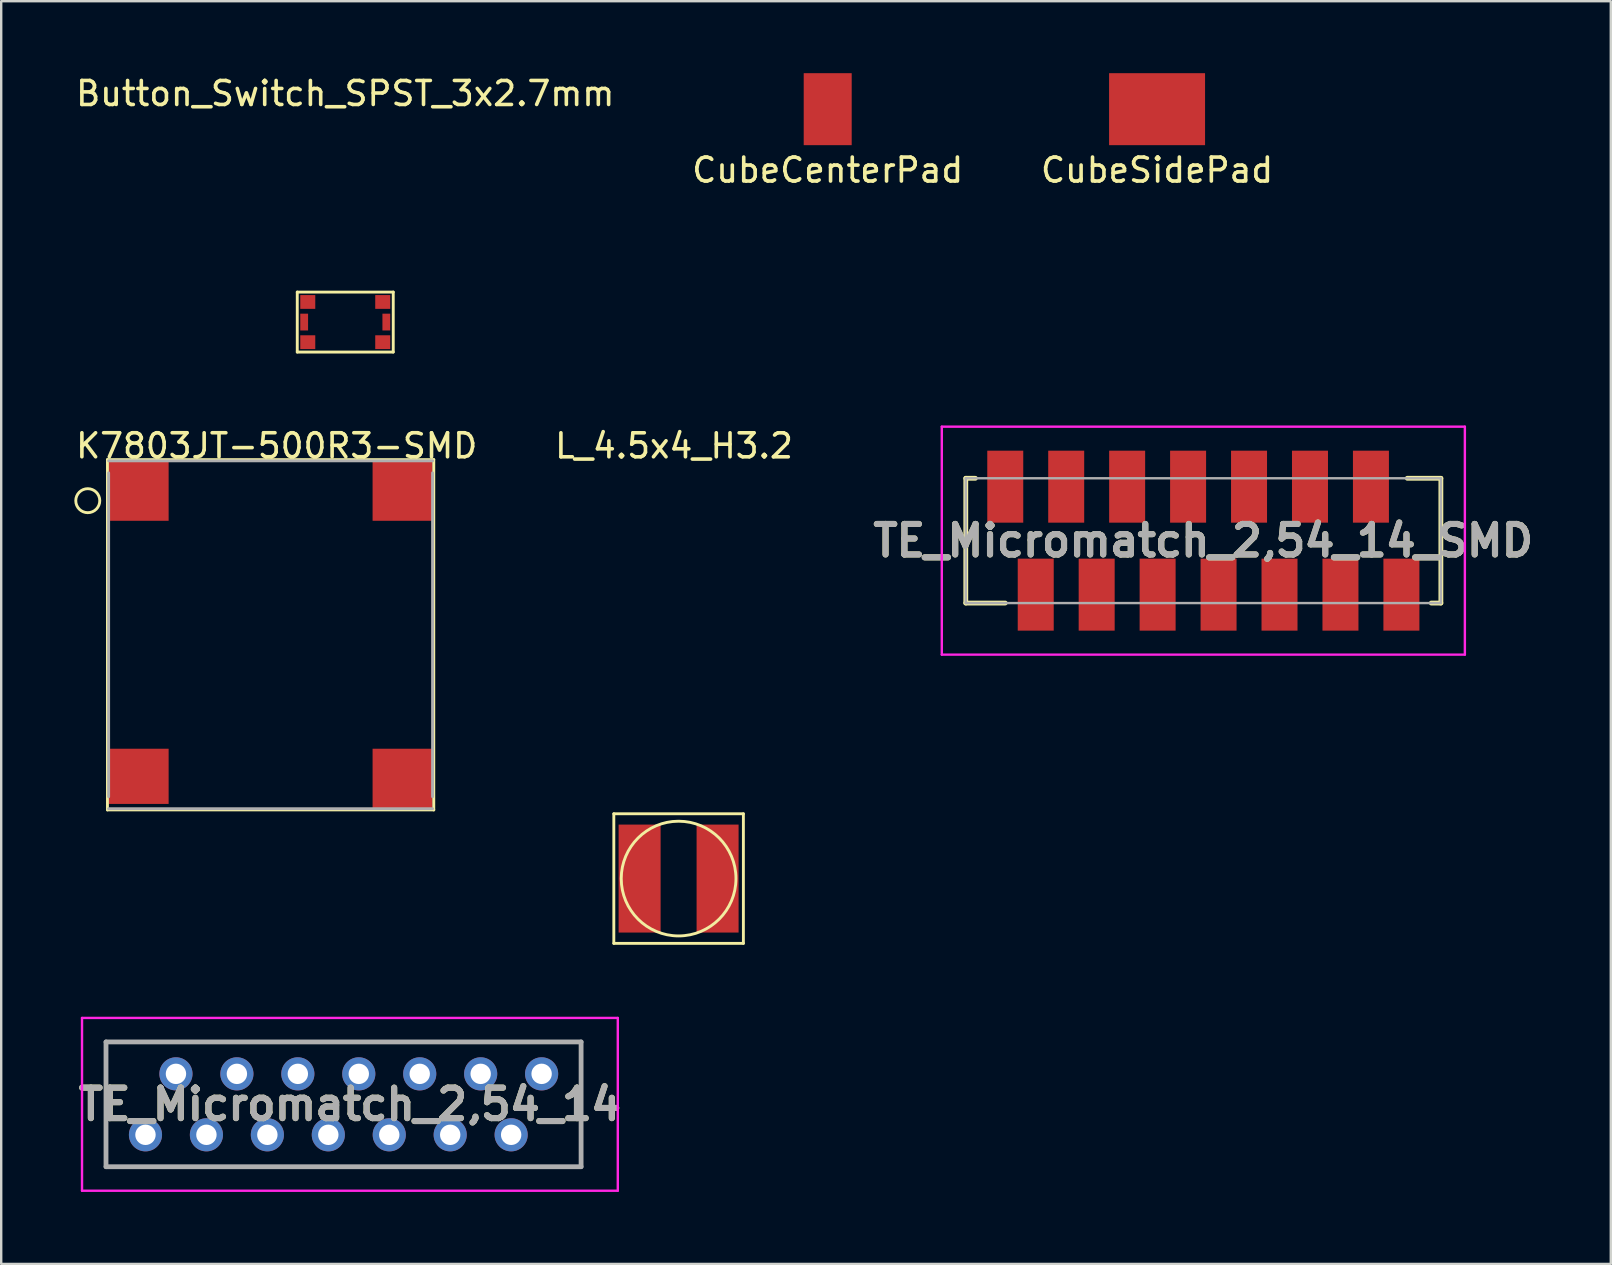
<source format=kicad_pcb>
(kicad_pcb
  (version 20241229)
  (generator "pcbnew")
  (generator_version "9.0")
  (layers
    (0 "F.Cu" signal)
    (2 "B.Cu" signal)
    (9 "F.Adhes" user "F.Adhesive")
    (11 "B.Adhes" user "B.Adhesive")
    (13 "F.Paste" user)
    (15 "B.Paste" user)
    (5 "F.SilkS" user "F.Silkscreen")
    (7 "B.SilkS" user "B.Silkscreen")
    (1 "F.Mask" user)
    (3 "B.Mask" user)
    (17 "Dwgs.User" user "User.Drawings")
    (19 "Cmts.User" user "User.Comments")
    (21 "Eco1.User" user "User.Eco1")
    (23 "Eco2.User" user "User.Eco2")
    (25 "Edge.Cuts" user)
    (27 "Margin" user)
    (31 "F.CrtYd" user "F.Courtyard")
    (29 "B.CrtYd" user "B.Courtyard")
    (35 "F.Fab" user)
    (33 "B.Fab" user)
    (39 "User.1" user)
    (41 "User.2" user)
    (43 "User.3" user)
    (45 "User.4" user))
  (footprint "K7803JT-500R3-SMD"
    (layer "F.Cu")
    (at 8.228 23.405)
    (property "Reference" "K7803JT-500R3-SMD" (at 0.254 -7.874 0) (layer "F.SilkS") (effects (font (size 1 1) (thickness 0.15))))
    (attr through_hole)
    (fp_line (start -6.8 -7.3) (end -6.8 7.3) (stroke (width 0.12) (type solid)) (layer "F.SilkS"))
    (fp_line (start -6.8 7.3) (end 6.8 7.3) (stroke (width 0.12) (type solid)) (layer "F.SilkS"))
    (fp_line (start 6.8 -7.3) (end -6.8 -7.3) (stroke (width 0.12) (type solid)) (layer "F.SilkS"))
    (fp_line (start 6.8 -7.3) (end 6.8 7.3) (stroke (width 0.12) (type solid)) (layer "F.SilkS"))
    (fp_circle (center -7.62 -5.588) (end -7.12 -5.588) (stroke (width 0.12) (type solid)) (fill no) (layer "F.SilkS"))
    (fp_line (start -6.75 -7.25) (end 6.75 -7.25) (stroke (width 0.12) (type solid)) (layer "F.Fab"))
    (fp_line (start -6.75 -6.75) (end -6.75 6.75) (stroke (width 0.12) (type solid)) (layer "F.Fab"))
    (fp_line (start 6.75 6.75) (end 6.75 -6.75) (stroke (width 0.12) (type solid)) (layer "F.Fab"))
    (fp_line (start 6.75 7.25) (end -6.75 7.25) (stroke (width 0.12) (type solid)) (layer "F.Fab"))
    (pad "1" smd rect (at -5.5 -6) (size 2.5 2.5) (layers "F.Cu" "F.Mask" "F.Paste"))
    (pad "2" smd rect (at 5.5 -6) (size 2.5 2.5) (layers "F.Cu" "F.Mask" "F.Paste"))
    (pad "3" smd rect (at 5.5 6) (size 2.5 2.5) (layers "F.Cu" "F.Mask" "F.Paste"))
    (pad "4" smd rect (at -5.5 5.9) (size 2.5 2.3) (layers "F.Cu" "F.Mask" "F.Paste")))
  (footprint "Button_Switch_SPST_3x2.7mm"
    (layer "F.Cu")
    (at 11.339 10.373)
    (property "Reference" "Button_Switch_SPST_3x2.7mm" (at 0 -9.525 0) (layer "F.SilkS") (effects (font (size 1 1) (thickness 0.15))))
    (attr through_hole)
    (fp_line (start -2 -1.25) (end -2 1.25) (stroke (width 0.12) (type solid)) (layer "F.SilkS"))
    (fp_line (start -2 1.25) (end 2 1.25) (stroke (width 0.12) (type solid)) (layer "F.SilkS"))
    (fp_line (start 2 -1.25) (end -2 -1.25) (stroke (width 0.12) (type solid)) (layer "F.SilkS"))
    (fp_line (start 2 1.25) (end 2 -1.25) (stroke (width 0.12) (type solid)) (layer "F.SilkS"))
    (pad "1" smd rect (at -1.562 -0.838) (size 0.625 0.575) (layers "F.Cu" "F.Mask" "F.Paste"))
    (pad "2" smd rect (at -1.562 0.838) (size 0.625 0.575) (layers "F.Cu" "F.Mask" "F.Paste"))
    (pad "3" smd rect (at 1.562 -0.838) (size 0.625 0.575) (layers "F.Cu" "F.Mask" "F.Paste"))
    (pad "4" smd rect (at 1.562 0.838) (size 0.625 0.575) (layers "F.Cu" "F.Mask" "F.Paste"))
    (pad "5" smd rect (at -1.712 0) (size 0.325 0.7) (layers "F.Cu" "F.Mask" "F.Paste"))
    (pad "6" smd rect (at 1.712 0) (size 0.325 0.7) (layers "F.Cu" "F.Mask" "F.Paste")))
  (footprint "CubeCenterPad"
    (layer "F.Cu")
    (at 31.446 1.5)
    (property "Reference" "CubeCenterPad" (at 0 2.54 0) (layer "F.SilkS") (effects (font (size 1 1) (thickness 0.15))))
    (attr through_hole)
    (pad "1" smd rect (at 0 0) (size 2 3) (layers "F.Cu" "F.Mask" "F.Paste")))
  (footprint "CubeSidePad"
    (layer "F.Cu")
    (at 45.173 1.5)
    (property "Reference" "CubeSidePad" (at 0 2.54 0) (layer "F.SilkS") (effects (font (size 1 1) (thickness 0.15))))
    (attr through_hole)
    (pad "1" smd rect (at 0 0) (size 4 3) (layers "F.Cu" "F.Mask" "F.Paste")))
  (footprint "TE_Micromatch_2,54_14_SMD"
    (layer "F.Cu")
    (at 47.101 19.483)
    (property "Reference" "TE_Micromatch_2,54_14_SMD" (at 0 0 0) (layer "F.SilkS") (effects (font (size 1.27 1.27) (thickness 0.254))))
    (attr smd)
    (fp_line (start -9.9 -2.6) (end -9.9 2.6) (stroke (width 0.2) (type solid)) (layer "F.SilkS"))
    (fp_line (start -9.9 2.6) (end -8.255 2.6) (stroke (width 0.2) (type solid)) (layer "F.SilkS"))
    (fp_line (start -9.5 -2.6) (end -9.9 -2.6) (stroke (width 0.2) (type solid)) (layer "F.SilkS"))
    (fp_line (start 9.5 2.6) (end 9.9 2.6) (stroke (width 0.2) (type solid)) (layer "F.SilkS"))
    (fp_line (start 9.9 -2.6) (end 8.5 -2.6) (stroke (width 0.2) (type solid)) (layer "F.SilkS"))
    (fp_line (start 9.9 2.6) (end 9.9 -2.6) (stroke (width 0.2) (type solid)) (layer "F.SilkS"))
    (fp_line (start -10.9 -4.75) (end 10.9 -4.75) (stroke (width 0.1) (type solid)) (layer "F.CrtYd"))
    (fp_line (start -10.9 4.75) (end -10.9 -4.75) (stroke (width 0.1) (type solid)) (layer "F.CrtYd"))
    (fp_line (start 10.9 -4.75) (end 10.9 4.75) (stroke (width 0.1) (type solid)) (layer "F.CrtYd"))
    (fp_line (start 10.9 4.75) (end -10.9 4.75) (stroke (width 0.1) (type solid)) (layer "F.CrtYd"))
    (fp_line (start -9.9 -2.6) (end 9.9 -2.6) (stroke (width 0.1) (type solid)) (layer "F.Fab"))
    (fp_line (start -9.9 2.6) (end -9.9 -2.6) (stroke (width 0.1) (type solid)) (layer "F.Fab"))
    (fp_line (start 9.9 -2.6) (end 9.9 2.6) (stroke (width 0.1) (type solid)) (layer "F.Fab"))
    (fp_line (start 9.9 2.6) (end -9.9 2.6) (stroke (width 0.1) (type solid)) (layer "F.Fab"))
    (fp_text user "${REFERENCE}" (at 0 0 0) (layer "F.Fab") (effects (font (size 1.27 1.27) (thickness 0.254))))
    (pad "1" smd rect (at -8.255 -2.25) (size 1.5 3) (layers "F.Cu" "F.Mask" "F.Paste"))
    (pad "2" smd rect (at -6.985 2.25) (size 1.5 3) (layers "F.Cu" "F.Mask" "F.Paste"))
    (pad "3" smd rect (at -5.715 -2.25) (size 1.5 3) (layers "F.Cu" "F.Mask" "F.Paste"))
    (pad "4" smd rect (at -4.445 2.25) (size 1.5 3) (layers "F.Cu" "F.Mask" "F.Paste"))
    (pad "5" smd rect (at -3.175 -2.25) (size 1.5 3) (layers "F.Cu" "F.Mask" "F.Paste"))
    (pad "6" smd rect (at -1.905 2.25) (size 1.5 3) (layers "F.Cu" "F.Mask" "F.Paste"))
    (pad "7" smd rect (at -0.635 -2.25) (size 1.5 3) (layers "F.Cu" "F.Mask" "F.Paste"))
    (pad "8" smd rect (at 0.635 2.25) (size 1.5 3) (layers "F.Cu" "F.Mask" "F.Paste"))
    (pad "9" smd rect (at 1.905 -2.25) (size 1.5 3) (layers "F.Cu" "F.Mask" "F.Paste"))
    (pad "10" smd rect (at 3.175 2.25) (size 1.5 3) (layers "F.Cu" "F.Mask" "F.Paste"))
    (pad "11" smd rect (at 4.445 -2.25) (size 1.5 3) (layers "F.Cu" "F.Mask" "F.Paste"))
    (pad "12" smd rect (at 5.715 2.25) (size 1.5 3) (layers "F.Cu" "F.Mask" "F.Paste"))
    (pad "13" smd rect (at 6.985 -2.25) (size 1.5 3) (layers "F.Cu" "F.Mask" "F.Paste"))
    (pad "14" smd rect (at 8.255 2.25) (size 1.5 3) (layers "F.Cu" "F.Mask" "F.Paste")))
  (footprint "L_4.5x4_H3.2"
    (layer "F.Cu")
    (at 25.232 33.566)
    (property "Reference" "L_4.5x4_H3.2" (at -0.191 -18.034 0) (layer "F.SilkS") (effects (font (size 1 1) (thickness 0.15))))
    (attr through_hole)
    (fp_line (start -2.7 -2.7) (end -2.7 2.7) (stroke (width 0.12) (type solid)) (layer "F.SilkS"))
    (fp_line (start -2.7 2.7) (end 2.7 2.7) (stroke (width 0.12) (type solid)) (layer "F.SilkS"))
    (fp_line (start 2.7 -2.7) (end -2.7 -2.7) (stroke (width 0.12) (type solid)) (layer "F.SilkS"))
    (fp_line (start 2.7 2.7) (end 2.7 -2.7) (stroke (width 0.12) (type solid)) (layer "F.SilkS"))
    (fp_circle (center 0 0) (end 0.699 2.286) (stroke (width 0.12) (type solid)) (fill no) (layer "F.SilkS"))
    (pad "1" smd rect (at -1.625 0) (size 1.75 4.5) (layers "F.Cu" "F.Mask" "F.Paste"))
    (pad "2" smd rect (at 1.625 0) (size 1.75 4.5) (layers "F.Cu" "F.Mask" "F.Paste")))
  (footprint "TE_Micromatch_2,54_14"
    (layer "F.Cu")
    (at 3.013 44.245)
    (property "Reference" "TE_Micromatch_2,54_14" (at 8.52 -1.27 0) (layer "F.SilkS") (effects (font (size 1.27 1.27) (thickness 0.254))))
    (attr through_hole)
    (fp_line (start -1.645 -3.87) (end -1.645 1.33) (stroke (width 0.1) (type solid)) (layer "F.SilkS"))
    (fp_line (start -1.645 1.33) (end 18.155 1.33) (stroke (width 0.1) (type solid)) (layer "F.SilkS"))
    (fp_line (start 18.155 -3.87) (end -1.645 -3.87) (stroke (width 0.1) (type solid)) (layer "F.SilkS"))
    (fp_line (start 18.155 -2.27) (end 18.155 -3.87) (stroke (width 0.1) (type solid)) (layer "F.SilkS"))
    (fp_line (start 18.155 1.33) (end 18.155 0.73) (stroke (width 0.1) (type solid)) (layer "F.SilkS"))
    (fp_line (start -2.645 -4.87) (end 19.685 -4.87) (stroke (width 0.1) (type solid)) (layer "F.CrtYd"))
    (fp_line (start -2.645 2.33) (end -2.645 -4.87) (stroke (width 0.1) (type solid)) (layer "F.CrtYd"))
    (fp_line (start 19.685 -4.87) (end 19.685 2.33) (stroke (width 0.1) (type solid)) (layer "F.CrtYd"))
    (fp_line (start 19.685 2.33) (end -2.645 2.33) (stroke (width 0.1) (type solid)) (layer "F.CrtYd"))
    (fp_line (start -1.645 -3.87) (end 18.155 -3.87) (stroke (width 0.2) (type solid)) (layer "F.Fab"))
    (fp_line (start -1.645 1.33) (end -1.645 -3.87) (stroke (width 0.2) (type solid)) (layer "F.Fab"))
    (fp_line (start 18.155 -3.87) (end 18.155 1.33) (stroke (width 0.2) (type solid)) (layer "F.Fab"))
    (fp_line (start 18.155 1.33) (end -1.645 1.33) (stroke (width 0.2) (type solid)) (layer "F.Fab"))
    (fp_text user "${REFERENCE}" (at 8.52 -1.27 0) (layer "F.Fab") (effects (font (size 1.27 1.27) (thickness 0.254))))
    (pad "" np_thru_hole circle (at 17.91 -0.74) (size 0.001 0.001) (drill 1.55) (layers "*.Cu" "*.Mask"))
    (pad "1" thru_hole circle (at 0 0) (size 1.381 1.381) (drill 0.85) (layers "*.Cu" "*.Mask"))
    (pad "2" thru_hole circle (at 1.27 -2.54) (size 1.381 1.381) (drill 0.85) (layers "*.Cu" "*.Mask"))
    (pad "3" thru_hole circle (at 2.54 0) (size 1.381 1.381) (drill 0.85) (layers "*.Cu" "*.Mask"))
    (pad "4" thru_hole circle (at 3.81 -2.54) (size 1.381 1.381) (drill 0.85) (layers "*.Cu" "*.Mask"))
    (pad "5" thru_hole circle (at 5.08 0) (size 1.381 1.381) (drill 0.85) (layers "*.Cu" "*.Mask"))
    (pad "6" thru_hole circle (at 6.35 -2.54) (size 1.381 1.381) (drill 0.85) (layers "*.Cu" "*.Mask"))
    (pad "7" thru_hole circle (at 7.62 0) (size 1.381 1.381) (drill 0.85) (layers "*.Cu" "*.Mask"))
    (pad "8" thru_hole circle (at 8.89 -2.54) (size 1.381 1.381) (drill 0.85) (layers "*.Cu" "*.Mask"))
    (pad "9" thru_hole circle (at 10.16 0) (size 1.381 1.381) (drill 0.85) (layers "*.Cu" "*.Mask"))
    (pad "10" thru_hole circle (at 11.43 -2.54) (size 1.381 1.381) (drill 0.85) (layers "*.Cu" "*.Mask"))
    (pad "11" thru_hole circle (at 12.7 0) (size 1.381 1.381) (drill 0.85) (layers "*.Cu" "*.Mask"))
    (pad "12" thru_hole circle (at 13.97 -2.54) (size 1.381 1.381) (drill 0.85) (layers "*.Cu" "*.Mask"))
    (pad "13" thru_hole circle (at 15.24 0) (size 1.381 1.381) (drill 0.85) (layers "*.Cu" "*.Mask"))
    (pad "14" thru_hole circle (at 16.51 -2.54) (size 1.381 1.381) (drill 0.85) (layers "*.Cu" "*.Mask")))
  (gr_rect
    (start -3 -3)
    (end 64.083 49.626)
    (stroke (width 0.1) (type default))
    (fill no)
    (layer "Edge.Cuts")))
</source>
